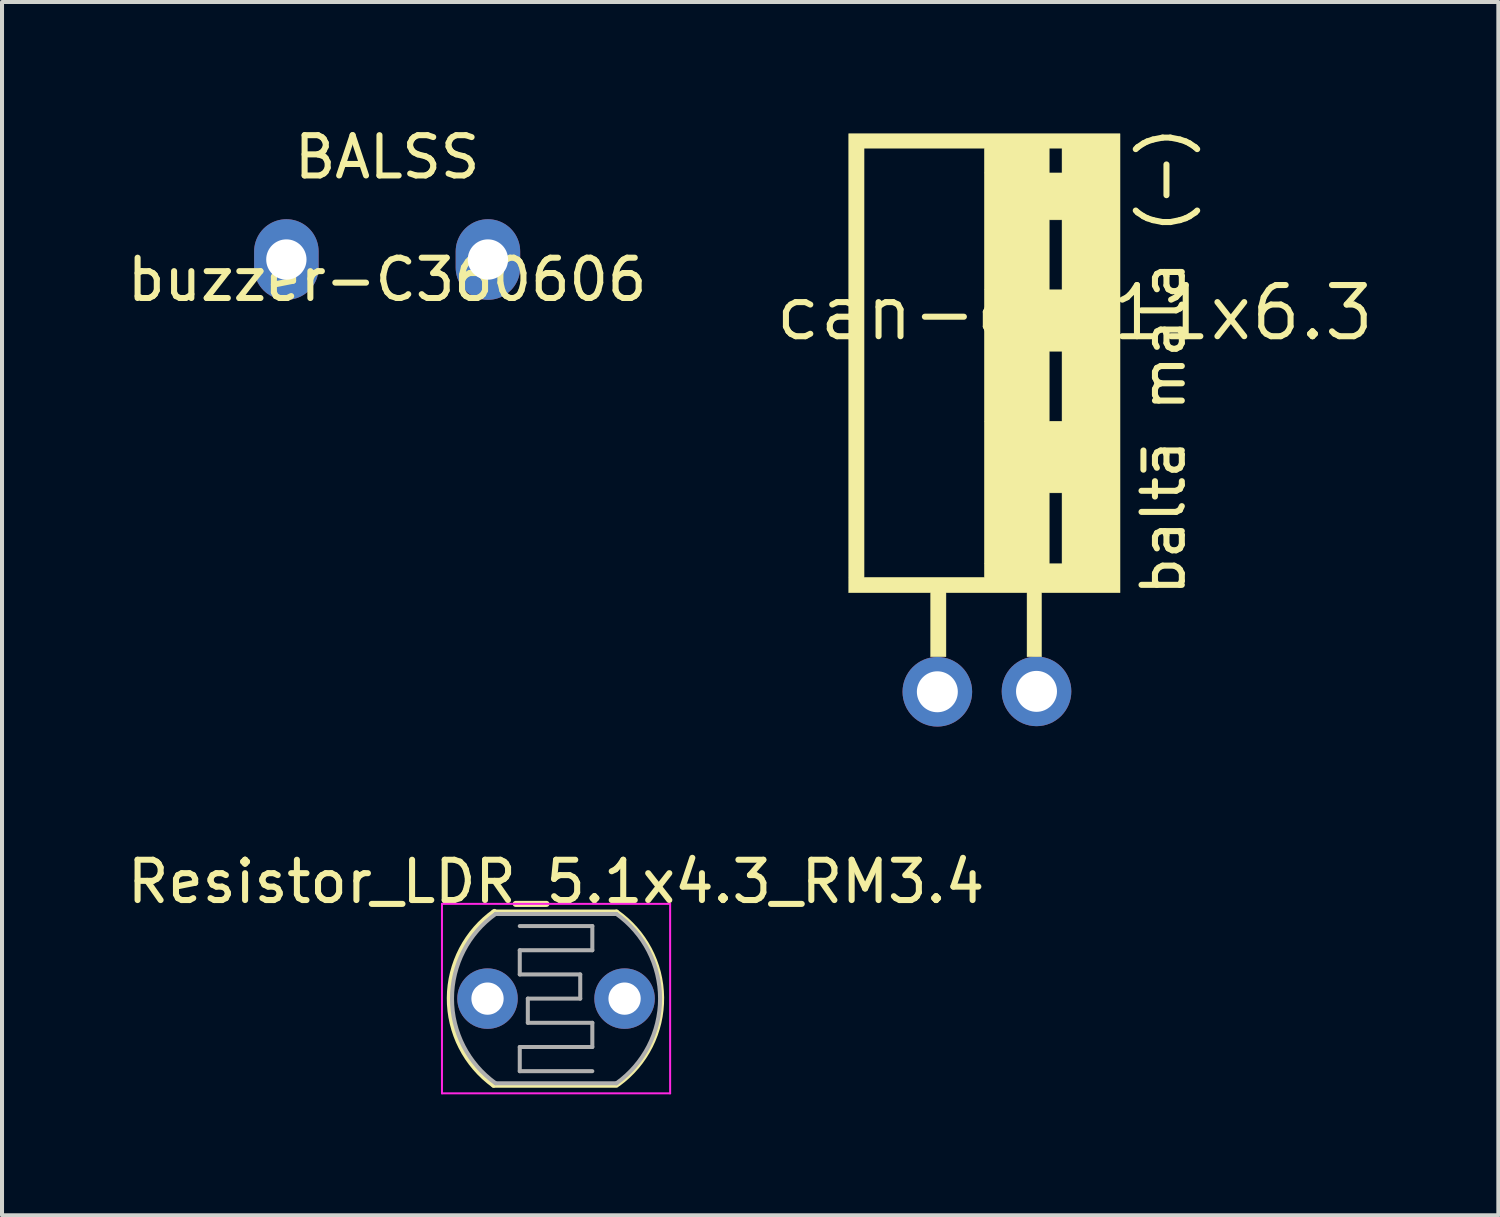
<source format=kicad_pcb>
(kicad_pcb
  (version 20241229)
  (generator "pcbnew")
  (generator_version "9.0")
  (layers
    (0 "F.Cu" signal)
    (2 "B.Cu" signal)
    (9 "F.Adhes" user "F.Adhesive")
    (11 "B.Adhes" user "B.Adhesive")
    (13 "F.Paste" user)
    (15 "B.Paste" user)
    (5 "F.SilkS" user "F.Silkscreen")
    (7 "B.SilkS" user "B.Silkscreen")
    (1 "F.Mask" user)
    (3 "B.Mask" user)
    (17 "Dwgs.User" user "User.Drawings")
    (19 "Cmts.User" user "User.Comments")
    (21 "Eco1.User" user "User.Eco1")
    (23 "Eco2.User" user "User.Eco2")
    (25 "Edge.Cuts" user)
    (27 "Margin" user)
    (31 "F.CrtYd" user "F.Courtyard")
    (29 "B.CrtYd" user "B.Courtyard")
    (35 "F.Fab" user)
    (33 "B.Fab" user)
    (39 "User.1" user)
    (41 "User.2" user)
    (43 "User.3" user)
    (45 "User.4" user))
  (footprint "Resistor_LDR_5.1x4.3_RM3.4"
    (layer "F.Cu")
    (at 9.044 21.723)
    (property "Reference" "Resistor_LDR_5.1x4.3_RM3.4" (at 1.7 -2.9 0) (layer "F.SilkS") (effects (font (size 1 1) (thickness 0.15))))
    (attr through_hole)
    (fp_line (start 0.15 -2.15) (end 3.2 -2.15) (stroke (width 0.12) (type solid)) (layer "F.SilkS"))
    (fp_line (start 0.15 2.15) (end 3.2 2.15) (stroke (width 0.12) (type solid)) (layer "F.SilkS"))
    (fp_arc (start 0.15 2.15) (mid -0.950438 -0.013368) (end 0.171766 -2.165525) (stroke (width 0.12) (type solid)) (layer "F.SilkS"))
    (fp_arc (start 3.2 -2.15) (mid 4.321403 -0.027338) (end 3.244513 2.118249) (stroke (width 0.12) (type solid)) (layer "F.SilkS"))
    (fp_line (start -1.13 -2.35) (end -1.13 2.35) (stroke (width 0.05) (type solid)) (layer "F.CrtYd"))
    (fp_line (start -1.13 -2.35) (end 4.53 -2.35) (stroke (width 0.05) (type solid)) (layer "F.CrtYd"))
    (fp_line (start 4.53 2.35) (end -1.13 2.35) (stroke (width 0.05) (type solid)) (layer "F.CrtYd"))
    (fp_line (start 4.53 2.35) (end 4.53 -2.35) (stroke (width 0.05) (type solid)) (layer "F.CrtYd"))
    (fp_line (start 0.2 -2.1) (end 3.2 -2.1) (stroke (width 0.1) (type solid)) (layer "F.Fab"))
    (fp_line (start 0.8 -1.8) (end 2.6 -1.8) (stroke (width 0.1) (type solid)) (layer "F.Fab"))
    (fp_line (start 0.8 -1.2) (end 0.8 -0.6) (stroke (width 0.1) (type solid)) (layer "F.Fab"))
    (fp_line (start 0.8 1.2) (end 0.8 1.8) (stroke (width 0.1) (type solid)) (layer "F.Fab"))
    (fp_line (start 0.8 1.8) (end 2.6 1.8) (stroke (width 0.1) (type solid)) (layer "F.Fab"))
    (fp_line (start 1 0) (end 1 0.6) (stroke (width 0.1) (type solid)) (layer "F.Fab"))
    (fp_line (start 1 0) (end 2.3 0) (stroke (width 0.1) (type solid)) (layer "F.Fab"))
    (fp_line (start 2.3 -0.6) (end 0.8 -0.6) (stroke (width 0.1) (type solid)) (layer "F.Fab"))
    (fp_line (start 2.3 0) (end 2.3 -0.6) (stroke (width 0.1) (type solid)) (layer "F.Fab"))
    (fp_line (start 2.6 -1.8) (end 2.6 -1.2) (stroke (width 0.1) (type solid)) (layer "F.Fab"))
    (fp_line (start 2.6 -1.2) (end 0.8 -1.2) (stroke (width 0.1) (type solid)) (layer "F.Fab"))
    (fp_line (start 2.6 0.6) (end 1 0.6) (stroke (width 0.1) (type solid)) (layer "F.Fab"))
    (fp_line (start 2.6 0.6) (end 2.6 1.2) (stroke (width 0.1) (type solid)) (layer "F.Fab"))
    (fp_line (start 2.6 1.2) (end 0.8 1.2) (stroke (width 0.1) (type solid)) (layer "F.Fab"))
    (fp_line (start 3.2 2.1) (end 0.2 2.1) (stroke (width 0.1) (type solid)) (layer "F.Fab"))
    (fp_arc (start 0.2 2.1) (mid -0.880697 -0.001697) (end 0.202763 -2.101971) (stroke (width 0.1) (type solid)) (layer "F.Fab"))
    (fp_arc (start 3.2 -2.1) (mid 4.280697 0.001697) (end 3.197237 2.101971) (stroke (width 0.1) (type solid)) (layer "F.Fab"))
    (pad "1" thru_hole circle (at 0 0) (size 1.5 1.5) (drill 0.8) (layers "*.Cu" "F.Mask"))
    (pad "2" thru_hole circle (at 3.4 0) (size 1.5 1.5) (drill 0.8) (layers "*.Cu" "F.Mask")))
  (footprint "buzzer-C360606"
    (layer "F.Cu")
    (at 6.554 3.388)
    (property "Reference" "buzzer-C360606" (at 0 0.5 0) (layer "F.SilkS") (effects (font (size 1 1) (thickness 0.15))))
    (attr through_hole)
    (fp_text user "BALSS" (at 0 -2.54 0) (layer "F.SilkS") (effects (font (size 1 1) (thickness 0.15))))
    (pad "1" thru_hole oval (at -2.5 0 90) (size 2 1.6) (drill 1) (layers "*.Cu" "B.Mask"))
    (pad "2" thru_hole oval (at 2.5 0 90) (size 2 1.6) (drill 1) (layers "*.Cu" "B.Mask")))
  (footprint "can-cap11x6.3"
    (layer "F.Cu")
    (at 21.383 14.271)
    (property "Reference" "can-cap11x6.3" (at 2.23 -9.56 0) (layer "F.SilkS") (effects (font (size 1.27 1.27) (thickness 0.15))))
    (attr through_hole)
    (fp_poly (pts (xy 3.352 -2.617) (xy 1.405 -2.617) (xy 1.405 -1.03) (xy 1.045 -1.03) (xy 1.045 -2.617) (xy -0.966 -2.617) (xy -0.966 -1.03) (xy -1.347 -1.03) (xy -1.347 -2.617) (xy -3.379 -2.617) (xy -3.379 -13.645) (xy -2.998 -13.645) (xy -2.998 -2.998) (xy -0.014 -2.998) (xy -0.014 -5.094) (xy 1.595 -5.094) (xy 1.595 -3.337) (xy 1.913 -3.337) (xy 1.913 -5.094) (xy 1.595 -5.094) (xy -0.014 -5.094) (xy -0.014 -8.607) (xy 1.595 -8.607) (xy 1.595 -6.872) (xy 1.913 -6.872) (xy 1.913 -8.607) (xy 1.595 -8.607) (xy -0.014 -8.607) (xy -0.014 -11.867) (xy 1.595 -11.867) (xy 1.595 -10.132) (xy 1.913 -10.132) (xy 1.913 -11.867) (xy 1.595 -11.867) (xy -0.014 -11.867) (xy -0.014 -13.645) (xy 1.595 -13.645) (xy 1.595 -13.031) (xy 1.913 -13.031) (xy 1.913 -13.645) (xy 1.595 -13.645) (xy -0.014 -13.645) (xy -2.998 -13.645) (xy -3.379 -13.645) (xy -3.379 -14.005) (xy 3.352 -14.005) (xy 3.352 -2.617)) (stroke (width 0.01) (type solid)) (fill yes) (layer "F.SilkS"))
    (fp_text user "baltā mala (-)" (at 4.43 -8.36 90) (layer "F.SilkS") (effects (font (size 1 1) (thickness 0.15))))
    (pad "1" thru_hole circle (at -1.18 -0.16 270) (size 1.727 1.727) (drill 1.016) (layers "*.Cu" "*.Mask"))
    (pad "2" thru_hole circle (at 1.28 -0.17 270) (size 1.727 1.727) (drill 1.016) (layers "*.Cu" "*.Mask")))
  (gr_rect
    (start -3 -3)
    (end 34.12 27.098)
    (stroke (width 0.1) (type default))
    (fill no)
    (layer "Edge.Cuts")))
</source>
